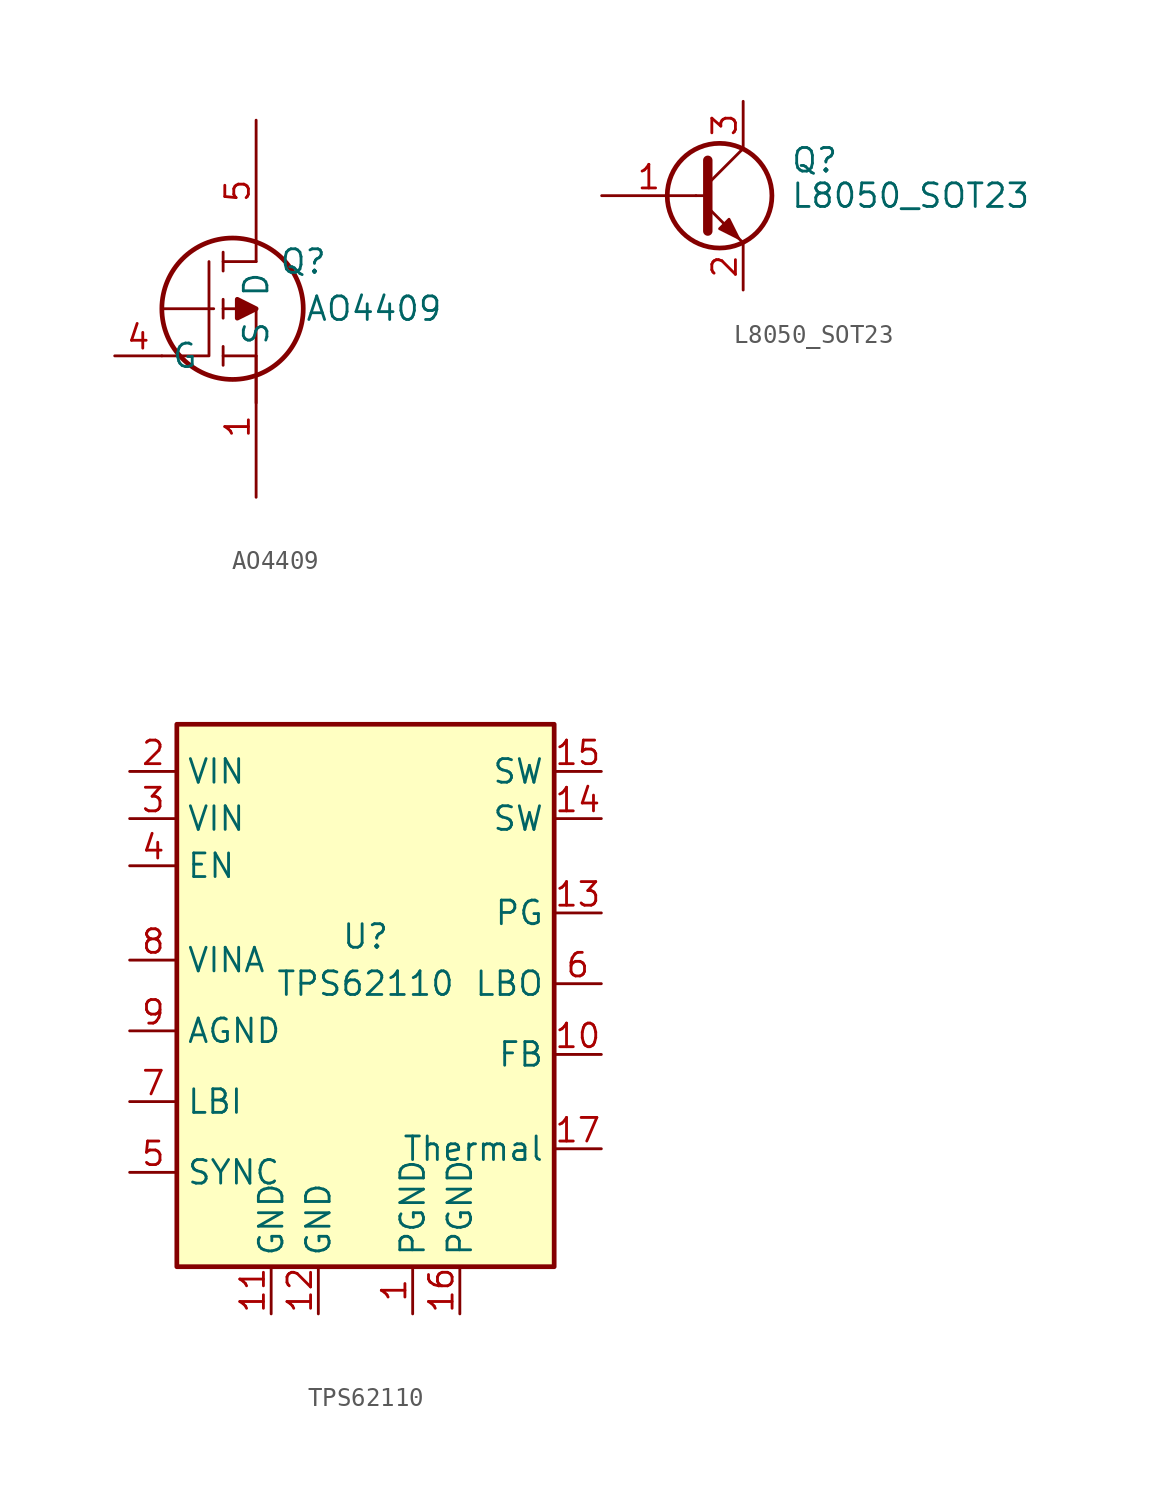
<source format=kicad_sym>
(kicad_symbol_lib
  (version 20211014)
  (generator kicad_symbol_editor)
  (symbol "AO4409"
    (property "Reference" "Q"
      (at 2.54 2.54 0)
      (effects (font (size 1.27 1.27))))
    (property "Value" "AO4409"
      (at 6.35 0 0)
      (effects (font (size 1.27 1.27))))
    (symbol "AO4409_0_1"
      (circle (center -1.27 0) (radius 3.81) (stroke (width 0.254) (type default) (color 0 0 0 0)) (fill (type none)))
      (polyline (pts (xy -2.286 0) (xy -5.08 0)) (stroke (width 0) (type default) (color 0 0 0 0)) (fill (type none)))
      (polyline (pts (xy -1.778 -3.048) (xy -1.778 -2.032)) (stroke (width 0.152) (type default) (color 0 0 0 0)) (fill (type none)))
      (polyline (pts (xy -1.778 -2.54) (xy 0 -2.54)) (stroke (width 0.152) (type default) (color 0 0 0 0)) (fill (type none)))
      (polyline (pts (xy -1.778 -0.508) (xy -1.778 0.508)) (stroke (width 0.152) (type default) (color 0 0 0 0)) (fill (type none)))
      (polyline (pts (xy -1.778 3.048) (xy -1.778 2.032)) (stroke (width 0.152) (type default) (color 0 0 0 0)) (fill (type none)))
      (polyline (pts (xy 0 0) (xy -1.778 0)) (stroke (width 0.152) (type default) (color 0 0 0 0)) (fill (type none)))
      (polyline (pts (xy 0 0) (xy 0 -5.08)) (stroke (width 0.152) (type default) (color 0 0 0 0)) (fill (type none)))
      (polyline (pts (xy 0 2.54) (xy -1.778 2.54)) (stroke (width 0.152) (type default) (color 0 0 0 0)) (fill (type none)))
      (polyline (pts (xy -5.08 -2.54) (xy -2.54 -2.54) (xy -2.54 2.54)) (stroke (width 0.152) (type default) (color 0 0 0 0)) (fill (type none)))
      (polyline (pts (xy 0 0) (xy -1.016 0.508) (xy -1.016 -0.508) (xy 0 0)) (stroke (width 0.254) (type default) (color 0 0 0 0)) (fill (type outline))))
    (symbol "AO4409_1_1"
      (pin passive line (at 0 -10.16 90) (length 7.62) (name "S" (effects (font (size 1.27 1.27)))) (number "1" (effects (font (size 1.27 1.27)))))
      (pin passive line (at 0 -10.16 90) (length 7.62) hide (name "S" (effects (font (size 1.27 1.27)))) (number "2" (effects (font (size 1.27 1.27)))))
      (pin passive line (at 0 -10.16 90) (length 7.62) hide (name "S" (effects (font (size 1.27 1.27)))) (number "3" (effects (font (size 1.27 1.27)))))
      (pin input line (at -7.62 -2.54 0) (length 2.54) (name "G" (effects (font (size 1.27 1.27)))) (number "4" (effects (font (size 1.27 1.27)))))
      (pin passive line (at 0 10.16 270) (length 7.62) (name "D" (effects (font (size 1.27 1.27)))) (number "5" (effects (font (size 1.27 1.27)))))
      (pin passive line (at 0 10.16 270) (length 7.62) hide (name "D" (effects (font (size 1.27 1.27)))) (number "6" (effects (font (size 1.27 1.27)))))
      (pin passive line (at 0 10.16 270) (length 7.62) hide (name "D" (effects (font (size 1.27 1.27)))) (number "7" (effects (font (size 1.27 1.27)))))
      (pin passive line (at 0 10.16 270) (length 7.62) hide (name "D" (effects (font (size 1.27 1.27)))) (number "8" (effects (font (size 1.27 1.27)))))))
  (symbol "L8050_SOT23"
    (pin_names
      (offset 0) hide)
    (property "Reference" "Q"
      (at 5.08 1.905 0)
      (effects (font (size 1.27 1.27)) (justify left)))
    (property "Value" "L8050_SOT23"
      (at 5.08 0 0)
      (effects (font (size 1.27 1.27)) (justify left)))
    (symbol "L8050_SOT23_0_1"
      (polyline (pts (xy 0 0) (xy 0.635 0)) (stroke (width 0) (type default) (color 0 0 0 0)) (fill (type none)))
      (polyline (pts (xy 0.635 0.635) (xy 2.54 2.54)) (stroke (width 0) (type default) (color 0 0 0 0)) (fill (type none)))
      (polyline (pts (xy 0.635 -0.635) (xy 2.54 -2.54) (xy 2.54 -2.54)) (stroke (width 0) (type default) (color 0 0 0 0)) (fill (type none)))
      (polyline (pts (xy 0.635 1.905) (xy 0.635 -1.905) (xy 0.635 -1.905)) (stroke (width 0.508) (type default) (color 0 0 0 0)) (fill (type none)))
      (polyline (pts (xy 1.27 -1.778) (xy 1.778 -1.27) (xy 2.286 -2.286) (xy 1.27 -1.778) (xy 1.27 -1.778)) (stroke (width 0) (type default) (color 0 0 0 0)) (fill (type outline)))
      (circle (center 1.27 0) (radius 2.819) (stroke (width 0.254) (type default) (color 0 0 0 0)) (fill (type none))))
    (symbol "L8050_SOT23_1_1"
      (pin input line (at -5.08 0 0) (length 5.08) (name "B" (effects (font (size 1.27 1.27)))) (number "1" (effects (font (size 1.27 1.27)))))
      (pin passive line (at 2.54 -5.08 90) (length 2.54) (name "E" (effects (font (size 1.27 1.27)))) (number "2" (effects (font (size 1.27 1.27)))))
      (pin passive line (at 2.54 5.08 270) (length 2.54) (name "C" (effects (font (size 1.27 1.27)))) (number "3" (effects (font (size 1.27 1.27)))))))
  (symbol "TPS62110"
    (property "Reference" "U"
      (at 0 2.54 0)
      (effects (font (size 1.27 1.27))))
    (property "Value" "TPS62110"
      (at 0 0 0)
      (effects (font (size 1.27 1.27))))
    (symbol "TPS62110_0_1"
      (rectangle (start -10.16 13.97) (end 10.16 -15.24) (stroke (width 0.254) (type default) (color 0 0 0 0)) (fill (type background))))
    (symbol "TPS62110_1_1"
      (pin power_in line (at 2.54 -17.78 90) (length 2.54) (name "PGND" (effects (font (size 1.27 1.27)))) (number "1" (effects (font (size 1.27 1.27)))))
      (pin input line (at 12.7 -3.81 180) (length 2.54) (name "FB" (effects (font (size 1.27 1.27)))) (number "10" (effects (font (size 1.27 1.27)))))
      (pin power_in line (at -5.08 -17.78 90) (length 2.54) (name "GND" (effects (font (size 1.27 1.27)))) (number "11" (effects (font (size 1.27 1.27)))))
      (pin power_in line (at -2.54 -17.78 90) (length 2.54) (name "GND" (effects (font (size 1.27 1.27)))) (number "12" (effects (font (size 1.27 1.27)))))
      (pin output line (at 12.7 3.81 180) (length 2.54) (name "PG" (effects (font (size 1.27 1.27)))) (number "13" (effects (font (size 1.27 1.27)))))
      (pin power_out line (at 12.7 8.89 180) (length 2.54) (name "SW" (effects (font (size 1.27 1.27)))) (number "14" (effects (font (size 1.27 1.27)))))
      (pin power_out line (at 12.7 11.43 180) (length 2.54) (name "SW" (effects (font (size 1.27 1.27)))) (number "15" (effects (font (size 1.27 1.27)))))
      (pin power_in line (at 5.08 -17.78 90) (length 2.54) (name "PGND" (effects (font (size 1.27 1.27)))) (number "16" (effects (font (size 1.27 1.27)))))
      (pin input line (at 12.7 -8.89 180) (length 2.54) (name "Thermal" (effects (font (size 1.27 1.27)))) (number "17" (effects (font (size 1.27 1.27)))))
      (pin power_in line (at -12.7 11.43 0) (length 2.54) (name "VIN" (effects (font (size 1.27 1.27)))) (number "2" (effects (font (size 1.27 1.27)))))
      (pin power_in line (at -12.7 8.89 0) (length 2.54) (name "VIN" (effects (font (size 1.27 1.27)))) (number "3" (effects (font (size 1.27 1.27)))))
      (pin input line (at -12.7 6.35 0) (length 2.54) (name "EN" (effects (font (size 1.27 1.27)))) (number "4" (effects (font (size 1.27 1.27)))))
      (pin input line (at -12.7 -10.16 0) (length 2.54) (name "SYNC" (effects (font (size 1.27 1.27)))) (number "5" (effects (font (size 1.27 1.27)))))
      (pin output line (at 12.7 0 180) (length 2.54) (name "LBO" (effects (font (size 1.27 1.27)))) (number "6" (effects (font (size 1.27 1.27)))))
      (pin input line (at -12.7 -6.35 0) (length 2.54) (name "LBI" (effects (font (size 1.27 1.27)))) (number "7" (effects (font (size 1.27 1.27)))))
      (pin input line (at -12.7 1.27 0) (length 2.54) (name "VINA" (effects (font (size 1.27 1.27)))) (number "8" (effects (font (size 1.27 1.27)))))
      (pin power_in line (at -12.7 -2.54 0) (length 2.54) (name "AGND" (effects (font (size 1.27 1.27)))) (number "9" (effects (font (size 1.27 1.27))))))))
</source>
